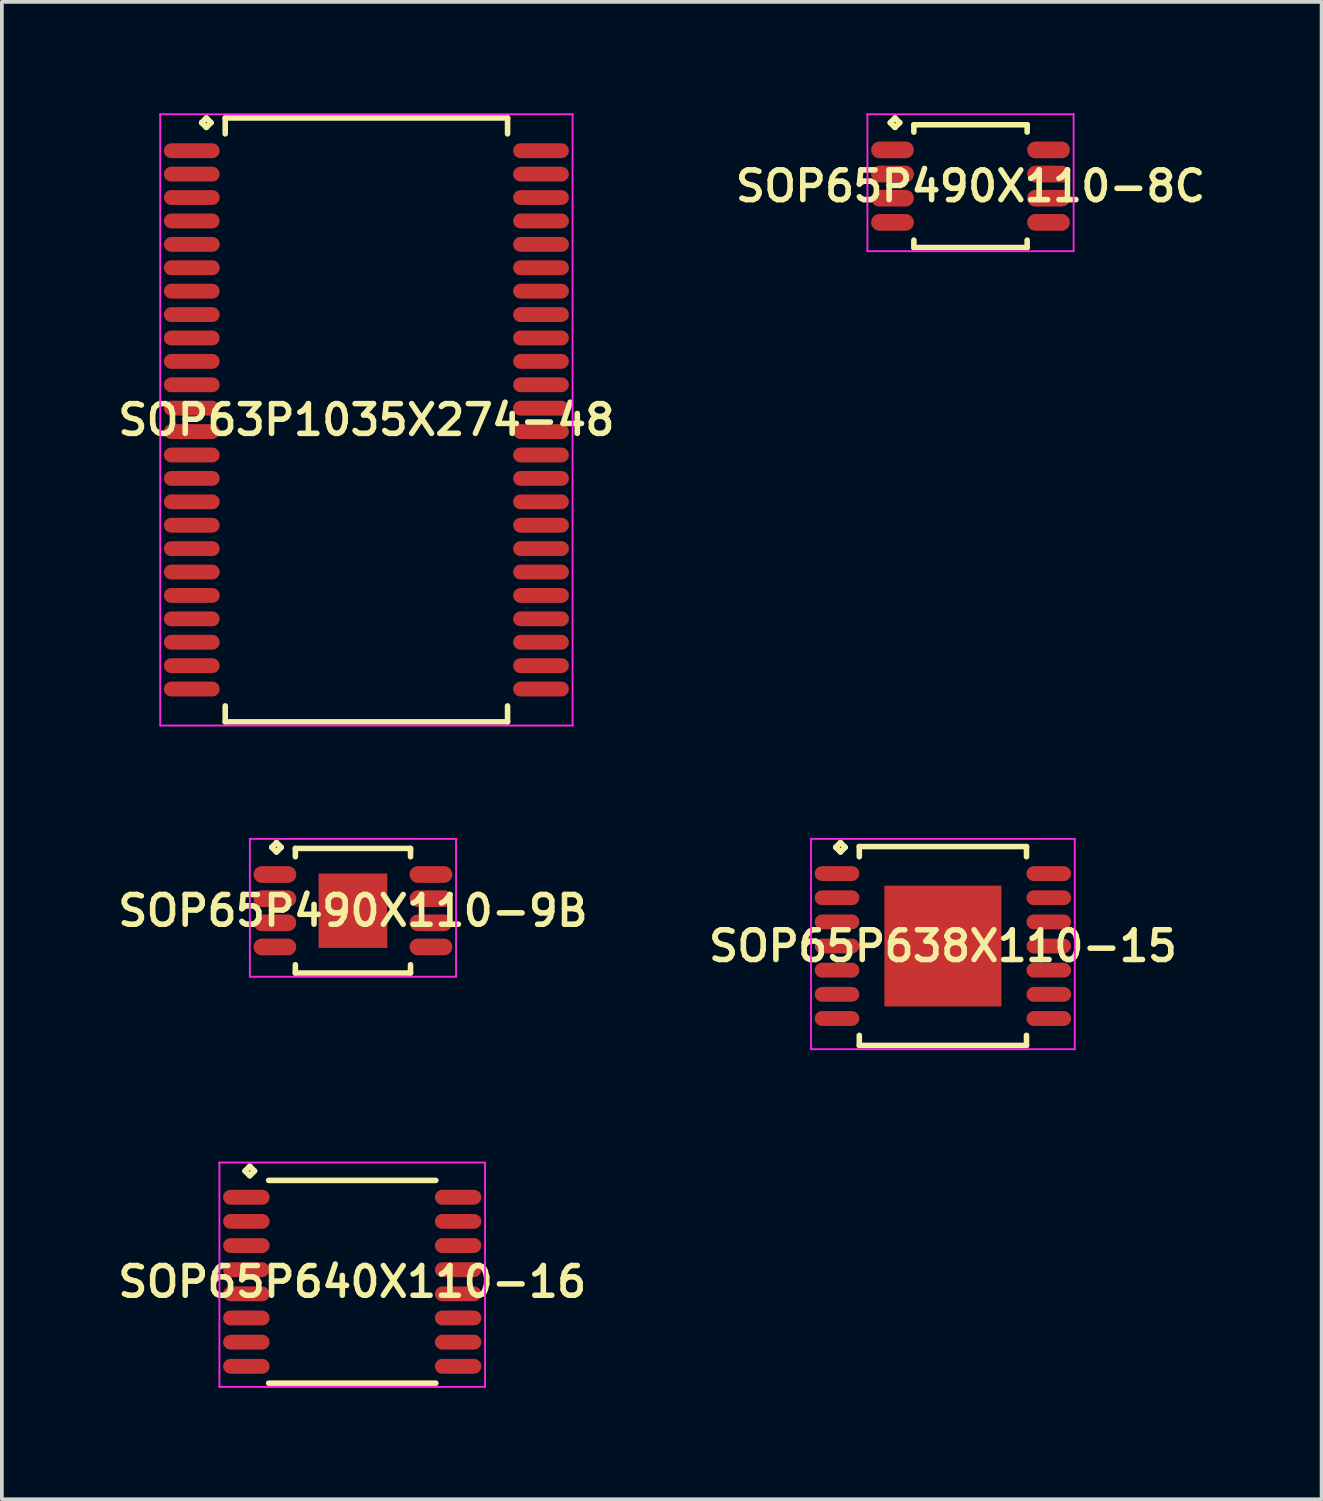
<source format=kicad_pcb>
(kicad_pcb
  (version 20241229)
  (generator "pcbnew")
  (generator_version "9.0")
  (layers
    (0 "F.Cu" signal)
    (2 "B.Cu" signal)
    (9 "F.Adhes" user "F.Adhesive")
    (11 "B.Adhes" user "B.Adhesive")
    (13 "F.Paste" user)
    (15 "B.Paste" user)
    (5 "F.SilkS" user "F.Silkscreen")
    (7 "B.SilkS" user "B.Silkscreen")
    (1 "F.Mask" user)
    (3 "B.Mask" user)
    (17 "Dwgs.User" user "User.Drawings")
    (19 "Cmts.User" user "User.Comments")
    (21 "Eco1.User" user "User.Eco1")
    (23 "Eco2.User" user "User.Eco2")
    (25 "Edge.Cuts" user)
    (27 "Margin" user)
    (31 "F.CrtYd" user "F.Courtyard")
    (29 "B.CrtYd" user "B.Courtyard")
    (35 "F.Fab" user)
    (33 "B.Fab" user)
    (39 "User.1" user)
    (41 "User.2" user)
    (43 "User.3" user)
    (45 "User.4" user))
  (footprint "SOP65P490X110-9B"
    (layer "F.Cu")
    (at 6.45 21.464)
    (property "Reference" "SOP65P490X110-9B" (at 0 0 0) (layer "F.SilkS") (effects (font (size 0.8 0.8) (thickness 0.15))))
    (attr smd)
    (fp_line (start -2.185 -1.708) (end -2.058 -1.835) (stroke (width 0.15) (type solid)) (layer "F.SilkS"))
    (fp_line (start -2.058 -1.835) (end -1.931 -1.708) (stroke (width 0.15) (type solid)) (layer "F.SilkS"))
    (fp_line (start -2.058 -1.581) (end -2.185 -1.708) (stroke (width 0.15) (type solid)) (layer "F.SilkS"))
    (fp_line (start -1.931 -1.708) (end -2.058 -1.581) (stroke (width 0.15) (type solid)) (layer "F.SilkS"))
    (fp_line (start -1.55 -1.677) (end 1.55 -1.677) (stroke (width 0.15) (type solid)) (layer "F.SilkS"))
    (fp_line (start -1.55 -1.454) (end -1.55 -1.677) (stroke (width 0.15) (type solid)) (layer "F.SilkS"))
    (fp_line (start -1.55 1.454) (end -1.55 1.677) (stroke (width 0.15) (type solid)) (layer "F.SilkS"))
    (fp_line (start -1.55 1.677) (end 1.55 1.677) (stroke (width 0.15) (type solid)) (layer "F.SilkS"))
    (fp_line (start 1.55 -1.677) (end 1.55 -1.454) (stroke (width 0.15) (type solid)) (layer "F.SilkS"))
    (fp_line (start 1.55 1.677) (end 1.55 1.454) (stroke (width 0.15) (type solid)) (layer "F.SilkS"))
    (fp_line (start -2.775 -1.935) (end 2.775 -1.935) (stroke (width 0.05) (type solid)) (layer "F.CrtYd"))
    (fp_line (start -2.775 1.777) (end -2.775 -1.935) (stroke (width 0.05) (type solid)) (layer "F.CrtYd"))
    (fp_line (start 2.775 -1.935) (end 2.775 1.777) (stroke (width 0.05) (type solid)) (layer "F.CrtYd"))
    (fp_line (start 2.775 1.777) (end -2.775 1.777) (stroke (width 0.05) (type solid)) (layer "F.CrtYd"))
    (pad "1" smd oval (at -2.1 -0.975) (size 1.15 0.45) (layers "F.Cu" "F.Mask" "F.Paste"))
    (pad "2" smd oval (at -2.1 -0.325) (size 1.15 0.45) (layers "F.Cu" "F.Mask" "F.Paste"))
    (pad "3" smd oval (at -2.1 0.325) (size 1.15 0.45) (layers "F.Cu" "F.Mask" "F.Paste"))
    (pad "4" smd oval (at -2.1 0.975) (size 1.15 0.45) (layers "F.Cu" "F.Mask" "F.Paste"))
    (pad "5" smd oval (at 2.1 0.975) (size 1.15 0.45) (layers "F.Cu" "F.Mask" "F.Paste"))
    (pad "6" smd oval (at 2.1 0.325) (size 1.15 0.45) (layers "F.Cu" "F.Mask" "F.Paste"))
    (pad "7" smd oval (at 2.1 -0.325) (size 1.15 0.45) (layers "F.Cu" "F.Mask" "F.Paste"))
    (pad "8" smd oval (at 2.1 -0.975) (size 1.15 0.45) (layers "F.Cu" "F.Mask" "F.Paste"))
    (pad "9" smd rect (at 0 0) (size 1.85 2) (layers "F.Cu" "F.Mask" "F.Paste")))
  (footprint "SOP65P490X110-8C"
    (layer "F.Cu")
    (at 23.073 1.96)
    (property "Reference" "SOP65P490X110-8C" (at 0 0 0) (layer "F.SilkS") (effects (font (size 0.8 0.8) (thickness 0.15))))
    (attr smd)
    (fp_line (start -2.16 -1.708) (end -2.033 -1.835) (stroke (width 0.15) (type solid)) (layer "F.SilkS"))
    (fp_line (start -2.033 -1.835) (end -1.906 -1.708) (stroke (width 0.15) (type solid)) (layer "F.SilkS"))
    (fp_line (start -2.033 -1.581) (end -2.16 -1.708) (stroke (width 0.15) (type solid)) (layer "F.SilkS"))
    (fp_line (start -1.906 -1.708) (end -2.033 -1.581) (stroke (width 0.15) (type solid)) (layer "F.SilkS"))
    (fp_line (start -1.525 -1.652) (end 1.525 -1.652) (stroke (width 0.15) (type solid)) (layer "F.SilkS"))
    (fp_line (start -1.525 -1.454) (end -1.525 -1.652) (stroke (width 0.15) (type solid)) (layer "F.SilkS"))
    (fp_line (start -1.525 1.454) (end -1.525 1.652) (stroke (width 0.15) (type solid)) (layer "F.SilkS"))
    (fp_line (start -1.525 1.652) (end 1.525 1.652) (stroke (width 0.15) (type solid)) (layer "F.SilkS"))
    (fp_line (start 1.525 -1.652) (end 1.525 -1.454) (stroke (width 0.15) (type solid)) (layer "F.SilkS"))
    (fp_line (start 1.525 1.652) (end 1.525 1.454) (stroke (width 0.15) (type solid)) (layer "F.SilkS"))
    (fp_line (start -2.775 -1.935) (end 2.775 -1.935) (stroke (width 0.05) (type solid)) (layer "F.CrtYd"))
    (fp_line (start -2.775 1.752) (end -2.775 -1.935) (stroke (width 0.05) (type solid)) (layer "F.CrtYd"))
    (fp_line (start 2.775 -1.935) (end 2.775 1.752) (stroke (width 0.05) (type solid)) (layer "F.CrtYd"))
    (fp_line (start 2.775 1.752) (end -2.775 1.752) (stroke (width 0.05) (type solid)) (layer "F.CrtYd"))
    (pad "1" smd oval (at -2.1 -0.975) (size 1.15 0.45) (layers "F.Cu" "F.Mask" "F.Paste"))
    (pad "2" smd oval (at -2.1 -0.325) (size 1.15 0.45) (layers "F.Cu" "F.Mask" "F.Paste"))
    (pad "3" smd oval (at -2.1 0.325) (size 1.15 0.45) (layers "F.Cu" "F.Mask" "F.Paste"))
    (pad "4" smd oval (at -2.1 0.975) (size 1.15 0.45) (layers "F.Cu" "F.Mask" "F.Paste"))
    (pad "5" smd oval (at 2.1 0.975) (size 1.15 0.45) (layers "F.Cu" "F.Mask" "F.Paste"))
    (pad "6" smd oval (at 2.1 0.325) (size 1.15 0.45) (layers "F.Cu" "F.Mask" "F.Paste"))
    (pad "7" smd oval (at 2.1 -0.325) (size 1.15 0.45) (layers "F.Cu" "F.Mask" "F.Paste"))
    (pad "8" smd oval (at 2.1 -0.975) (size 1.15 0.45) (layers "F.Cu" "F.Mask" "F.Paste")))
  (footprint "SOP63P1035X274-48"
    (layer "F.Cu")
    (at 6.812 8.252)
    (property "Reference" "SOP63P1035X274-48" (at 0 0 0) (layer "F.SilkS") (effects (font (size 0.8 0.8) (thickness 0.15))))
    (attr smd)
    (fp_line (start -4.435 -8) (end -4.308 -8.127) (stroke (width 0.15) (type solid)) (layer "F.SilkS"))
    (fp_line (start -4.308 -8.127) (end -4.181 -8) (stroke (width 0.15) (type solid)) (layer "F.SilkS"))
    (fp_line (start -4.308 -7.873) (end -4.435 -8) (stroke (width 0.15) (type solid)) (layer "F.SilkS"))
    (fp_line (start -4.181 -8) (end -4.308 -7.873) (stroke (width 0.15) (type solid)) (layer "F.SilkS"))
    (fp_line (start -3.8 -8.127) (end 3.8 -8.127) (stroke (width 0.15) (type solid)) (layer "F.SilkS"))
    (fp_line (start -3.8 -7.699) (end -3.8 -8.127) (stroke (width 0.15) (type solid)) (layer "F.SilkS"))
    (fp_line (start -3.8 7.699) (end -3.8 8.127) (stroke (width 0.15) (type solid)) (layer "F.SilkS"))
    (fp_line (start -3.8 8.127) (end 3.8 8.127) (stroke (width 0.15) (type solid)) (layer "F.SilkS"))
    (fp_line (start 3.8 -8.127) (end 3.8 -7.699) (stroke (width 0.15) (type solid)) (layer "F.SilkS"))
    (fp_line (start 3.8 8.127) (end 3.8 7.699) (stroke (width 0.15) (type solid)) (layer "F.SilkS"))
    (fp_line (start -5.55 -8.227) (end 5.55 -8.227) (stroke (width 0.05) (type solid)) (layer "F.CrtYd"))
    (fp_line (start -5.55 8.227) (end -5.55 -8.227) (stroke (width 0.05) (type solid)) (layer "F.CrtYd"))
    (fp_line (start 5.55 -8.227) (end 5.55 8.227) (stroke (width 0.05) (type solid)) (layer "F.CrtYd"))
    (fp_line (start 5.55 8.227) (end -5.55 8.227) (stroke (width 0.05) (type solid)) (layer "F.CrtYd"))
    (pad "1" smd oval (at -4.7 -7.245) (size 1.5 0.4) (layers "F.Cu" "F.Mask" "F.Paste"))
    (pad "2" smd oval (at -4.7 -6.615) (size 1.5 0.4) (layers "F.Cu" "F.Mask" "F.Paste"))
    (pad "3" smd oval (at -4.7 -5.985) (size 1.5 0.4) (layers "F.Cu" "F.Mask" "F.Paste"))
    (pad "4" smd oval (at -4.7 -5.355) (size 1.5 0.4) (layers "F.Cu" "F.Mask" "F.Paste"))
    (pad "5" smd oval (at -4.7 -4.725) (size 1.5 0.4) (layers "F.Cu" "F.Mask" "F.Paste"))
    (pad "6" smd oval (at -4.7 -4.095) (size 1.5 0.4) (layers "F.Cu" "F.Mask" "F.Paste"))
    (pad "7" smd oval (at -4.7 -3.465) (size 1.5 0.4) (layers "F.Cu" "F.Mask" "F.Paste"))
    (pad "8" smd oval (at -4.7 -2.835) (size 1.5 0.4) (layers "F.Cu" "F.Mask" "F.Paste"))
    (pad "9" smd oval (at -4.7 -2.205) (size 1.5 0.4) (layers "F.Cu" "F.Mask" "F.Paste"))
    (pad "10" smd oval (at -4.7 -1.575) (size 1.5 0.4) (layers "F.Cu" "F.Mask" "F.Paste"))
    (pad "11" smd oval (at -4.7 -0.945) (size 1.5 0.4) (layers "F.Cu" "F.Mask" "F.Paste"))
    (pad "12" smd oval (at -4.7 -0.315) (size 1.5 0.4) (layers "F.Cu" "F.Mask" "F.Paste"))
    (pad "13" smd oval (at -4.7 0.315) (size 1.5 0.4) (layers "F.Cu" "F.Mask" "F.Paste"))
    (pad "14" smd oval (at -4.7 0.945) (size 1.5 0.4) (layers "F.Cu" "F.Mask" "F.Paste"))
    (pad "15" smd oval (at -4.7 1.575) (size 1.5 0.4) (layers "F.Cu" "F.Mask" "F.Paste"))
    (pad "16" smd oval (at -4.7 2.205) (size 1.5 0.4) (layers "F.Cu" "F.Mask" "F.Paste"))
    (pad "17" smd oval (at -4.7 2.835) (size 1.5 0.4) (layers "F.Cu" "F.Mask" "F.Paste"))
    (pad "18" smd oval (at -4.7 3.465) (size 1.5 0.4) (layers "F.Cu" "F.Mask" "F.Paste"))
    (pad "19" smd oval (at -4.7 4.095) (size 1.5 0.4) (layers "F.Cu" "F.Mask" "F.Paste"))
    (pad "20" smd oval (at -4.7 4.725) (size 1.5 0.4) (layers "F.Cu" "F.Mask" "F.Paste"))
    (pad "21" smd oval (at -4.7 5.355) (size 1.5 0.4) (layers "F.Cu" "F.Mask" "F.Paste"))
    (pad "22" smd oval (at -4.7 5.985) (size 1.5 0.4) (layers "F.Cu" "F.Mask" "F.Paste"))
    (pad "23" smd oval (at -4.7 6.615) (size 1.5 0.4) (layers "F.Cu" "F.Mask" "F.Paste"))
    (pad "24" smd oval (at -4.7 7.245) (size 1.5 0.4) (layers "F.Cu" "F.Mask" "F.Paste"))
    (pad "25" smd oval (at 4.7 7.245) (size 1.5 0.4) (layers "F.Cu" "F.Mask" "F.Paste"))
    (pad "26" smd oval (at 4.7 6.615) (size 1.5 0.4) (layers "F.Cu" "F.Mask" "F.Paste"))
    (pad "27" smd oval (at 4.7 5.985) (size 1.5 0.4) (layers "F.Cu" "F.Mask" "F.Paste"))
    (pad "28" smd oval (at 4.7 5.355) (size 1.5 0.4) (layers "F.Cu" "F.Mask" "F.Paste"))
    (pad "29" smd oval (at 4.7 4.725) (size 1.5 0.4) (layers "F.Cu" "F.Mask" "F.Paste"))
    (pad "30" smd oval (at 4.7 4.095) (size 1.5 0.4) (layers "F.Cu" "F.Mask" "F.Paste"))
    (pad "31" smd oval (at 4.7 3.465) (size 1.5 0.4) (layers "F.Cu" "F.Mask" "F.Paste"))
    (pad "32" smd oval (at 4.7 2.835) (size 1.5 0.4) (layers "F.Cu" "F.Mask" "F.Paste"))
    (pad "33" smd oval (at 4.7 2.205) (size 1.5 0.4) (layers "F.Cu" "F.Mask" "F.Paste"))
    (pad "34" smd oval (at 4.7 1.575) (size 1.5 0.4) (layers "F.Cu" "F.Mask" "F.Paste"))
    (pad "35" smd oval (at 4.7 0.945) (size 1.5 0.4) (layers "F.Cu" "F.Mask" "F.Paste"))
    (pad "36" smd oval (at 4.7 0.315) (size 1.5 0.4) (layers "F.Cu" "F.Mask" "F.Paste"))
    (pad "37" smd oval (at 4.7 -0.315) (size 1.5 0.4) (layers "F.Cu" "F.Mask" "F.Paste"))
    (pad "38" smd oval (at 4.7 -0.945) (size 1.5 0.4) (layers "F.Cu" "F.Mask" "F.Paste"))
    (pad "39" smd oval (at 4.7 -1.575) (size 1.5 0.4) (layers "F.Cu" "F.Mask" "F.Paste"))
    (pad "40" smd oval (at 4.7 -2.205) (size 1.5 0.4) (layers "F.Cu" "F.Mask" "F.Paste"))
    (pad "41" smd oval (at 4.7 -2.835) (size 1.5 0.4) (layers "F.Cu" "F.Mask" "F.Paste"))
    (pad "42" smd oval (at 4.7 -3.465) (size 1.5 0.4) (layers "F.Cu" "F.Mask" "F.Paste"))
    (pad "43" smd oval (at 4.7 -4.095) (size 1.5 0.4) (layers "F.Cu" "F.Mask" "F.Paste"))
    (pad "44" smd oval (at 4.7 -4.725) (size 1.5 0.4) (layers "F.Cu" "F.Mask" "F.Paste"))
    (pad "45" smd oval (at 4.7 -5.355) (size 1.5 0.4) (layers "F.Cu" "F.Mask" "F.Paste"))
    (pad "46" smd oval (at 4.7 -5.985) (size 1.5 0.4) (layers "F.Cu" "F.Mask" "F.Paste"))
    (pad "47" smd oval (at 4.7 -6.615) (size 1.5 0.4) (layers "F.Cu" "F.Mask" "F.Paste"))
    (pad "48" smd oval (at 4.7 -7.245) (size 1.5 0.4) (layers "F.Cu" "F.Mask" "F.Paste")))
  (footprint "SOP65P638X110-15"
    (layer "F.Cu")
    (at 22.33 22.414)
    (property "Reference" "SOP65P638X110-15" (at 0 0 0) (layer "F.SilkS") (effects (font (size 0.8 0.8) (thickness 0.15))))
    (attr smd)
    (fp_line (start -2.885 -2.658) (end -2.758 -2.785) (stroke (width 0.15) (type solid)) (layer "F.SilkS"))
    (fp_line (start -2.758 -2.785) (end -2.631 -2.658) (stroke (width 0.15) (type solid)) (layer "F.SilkS"))
    (fp_line (start -2.758 -2.531) (end -2.885 -2.658) (stroke (width 0.15) (type solid)) (layer "F.SilkS"))
    (fp_line (start -2.631 -2.658) (end -2.758 -2.531) (stroke (width 0.15) (type solid)) (layer "F.SilkS"))
    (fp_line (start -2.25 -2.677) (end 2.25 -2.677) (stroke (width 0.15) (type solid)) (layer "F.SilkS"))
    (fp_line (start -2.25 -2.404) (end -2.25 -2.677) (stroke (width 0.15) (type solid)) (layer "F.SilkS"))
    (fp_line (start -2.25 2.404) (end -2.25 2.677) (stroke (width 0.15) (type solid)) (layer "F.SilkS"))
    (fp_line (start -2.25 2.677) (end 2.25 2.677) (stroke (width 0.15) (type solid)) (layer "F.SilkS"))
    (fp_line (start 2.25 -2.677) (end 2.25 -2.404) (stroke (width 0.15) (type solid)) (layer "F.SilkS"))
    (fp_line (start 2.25 2.677) (end 2.25 2.404) (stroke (width 0.15) (type solid)) (layer "F.SilkS"))
    (fp_line (start -3.55 -2.885) (end 3.55 -2.885) (stroke (width 0.05) (type solid)) (layer "F.CrtYd"))
    (fp_line (start -3.55 2.777) (end -3.55 -2.885) (stroke (width 0.05) (type solid)) (layer "F.CrtYd"))
    (fp_line (start 3.55 -2.885) (end 3.55 2.777) (stroke (width 0.05) (type solid)) (layer "F.CrtYd"))
    (fp_line (start 3.55 2.777) (end -3.55 2.777) (stroke (width 0.05) (type solid)) (layer "F.CrtYd"))
    (pad "1" smd oval (at -2.85 -1.95) (size 1.2 0.4) (layers "F.Cu" "F.Mask" "F.Paste"))
    (pad "2" smd oval (at -2.85 -1.3) (size 1.2 0.4) (layers "F.Cu" "F.Mask" "F.Paste"))
    (pad "3" smd oval (at -2.85 -0.65) (size 1.2 0.4) (layers "F.Cu" "F.Mask" "F.Paste"))
    (pad "4" smd oval (at -2.85 0) (size 1.2 0.4) (layers "F.Cu" "F.Mask" "F.Paste"))
    (pad "5" smd oval (at -2.85 0.65) (size 1.2 0.4) (layers "F.Cu" "F.Mask" "F.Paste"))
    (pad "6" smd oval (at -2.85 1.3) (size 1.2 0.4) (layers "F.Cu" "F.Mask" "F.Paste"))
    (pad "7" smd oval (at -2.85 1.95) (size 1.2 0.4) (layers "F.Cu" "F.Mask" "F.Paste"))
    (pad "8" smd oval (at 2.85 1.95) (size 1.2 0.4) (layers "F.Cu" "F.Mask" "F.Paste"))
    (pad "9" smd oval (at 2.85 1.3) (size 1.2 0.4) (layers "F.Cu" "F.Mask" "F.Paste"))
    (pad "10" smd oval (at 2.85 0.65) (size 1.2 0.4) (layers "F.Cu" "F.Mask" "F.Paste"))
    (pad "11" smd oval (at 2.85 0) (size 1.2 0.4) (layers "F.Cu" "F.Mask" "F.Paste"))
    (pad "12" smd oval (at 2.85 -0.65) (size 1.2 0.4) (layers "F.Cu" "F.Mask" "F.Paste"))
    (pad "13" smd oval (at 2.85 -1.3) (size 1.2 0.4) (layers "F.Cu" "F.Mask" "F.Paste"))
    (pad "14" smd oval (at 2.85 -1.95) (size 1.2 0.4) (layers "F.Cu" "F.Mask" "F.Paste"))
    (pad "15" smd rect (at 0 0) (size 3.15 3.25) (layers "F.Cu" "F.Mask" "F.Paste")))
  (footprint "SOP65P640X110-16"
    (layer "F.Cu")
    (at 6.431 31.451)
    (property "Reference" "SOP65P640X110-16" (at 0 0 0) (layer "F.SilkS") (effects (font (size 0.8 0.8) (thickness 0.15))))
    (attr smd)
    (fp_line (start -2.885 -2.983) (end -2.758 -3.11) (stroke (width 0.15) (type solid)) (layer "F.SilkS"))
    (fp_line (start -2.758 -3.11) (end -2.631 -2.983) (stroke (width 0.15) (type solid)) (layer "F.SilkS"))
    (fp_line (start -2.758 -2.856) (end -2.885 -2.983) (stroke (width 0.15) (type solid)) (layer "F.SilkS"))
    (fp_line (start -2.631 -2.983) (end -2.758 -2.856) (stroke (width 0.15) (type solid)) (layer "F.SilkS"))
    (fp_line (start -2.25 -2.729) (end 2.25 -2.729) (stroke (width 0.15) (type solid)) (layer "F.SilkS"))
    (fp_line (start -2.25 2.729) (end 2.25 2.729) (stroke (width 0.15) (type solid)) (layer "F.SilkS"))
    (fp_line (start -3.575 -3.21) (end 3.575 -3.21) (stroke (width 0.05) (type solid)) (layer "F.CrtYd"))
    (fp_line (start -3.575 2.829) (end -3.575 -3.21) (stroke (width 0.05) (type solid)) (layer "F.CrtYd"))
    (fp_line (start 3.575 -3.21) (end 3.575 2.829) (stroke (width 0.05) (type solid)) (layer "F.CrtYd"))
    (fp_line (start 3.575 2.829) (end -3.575 2.829) (stroke (width 0.05) (type solid)) (layer "F.CrtYd"))
    (pad "1" smd oval (at -2.85 -2.275) (size 1.25 0.4) (layers "F.Cu" "F.Mask" "F.Paste"))
    (pad "2" smd oval (at -2.85 -1.625) (size 1.25 0.4) (layers "F.Cu" "F.Mask" "F.Paste"))
    (pad "3" smd oval (at -2.85 -0.975) (size 1.25 0.4) (layers "F.Cu" "F.Mask" "F.Paste"))
    (pad "4" smd oval (at -2.85 -0.325) (size 1.25 0.4) (layers "F.Cu" "F.Mask" "F.Paste"))
    (pad "5" smd oval (at -2.85 0.325) (size 1.25 0.4) (layers "F.Cu" "F.Mask" "F.Paste"))
    (pad "6" smd oval (at -2.85 0.975) (size 1.25 0.4) (layers "F.Cu" "F.Mask" "F.Paste"))
    (pad "7" smd oval (at -2.85 1.625) (size 1.25 0.4) (layers "F.Cu" "F.Mask" "F.Paste"))
    (pad "8" smd oval (at -2.85 2.275) (size 1.25 0.4) (layers "F.Cu" "F.Mask" "F.Paste"))
    (pad "9" smd oval (at 2.85 2.275) (size 1.25 0.4) (layers "F.Cu" "F.Mask" "F.Paste"))
    (pad "10" smd oval (at 2.85 1.625) (size 1.25 0.4) (layers "F.Cu" "F.Mask" "F.Paste"))
    (pad "11" smd oval (at 2.85 0.975) (size 1.25 0.4) (layers "F.Cu" "F.Mask" "F.Paste"))
    (pad "12" smd oval (at 2.85 0.325) (size 1.25 0.4) (layers "F.Cu" "F.Mask" "F.Paste"))
    (pad "13" smd oval (at 2.85 -0.325) (size 1.25 0.4) (layers "F.Cu" "F.Mask" "F.Paste"))
    (pad "14" smd oval (at 2.85 -0.975) (size 1.25 0.4) (layers "F.Cu" "F.Mask" "F.Paste"))
    (pad "15" smd oval (at 2.85 -1.625) (size 1.25 0.4) (layers "F.Cu" "F.Mask" "F.Paste"))
    (pad "16" smd oval (at 2.85 -2.275) (size 1.25 0.4) (layers "F.Cu" "F.Mask" "F.Paste")))
  (gr_rect
    (start -3 -3)
    (end 32.523 37.305)
    (stroke (width 0.1) (type default))
    (fill no)
    (layer "Edge.Cuts")))
</source>
